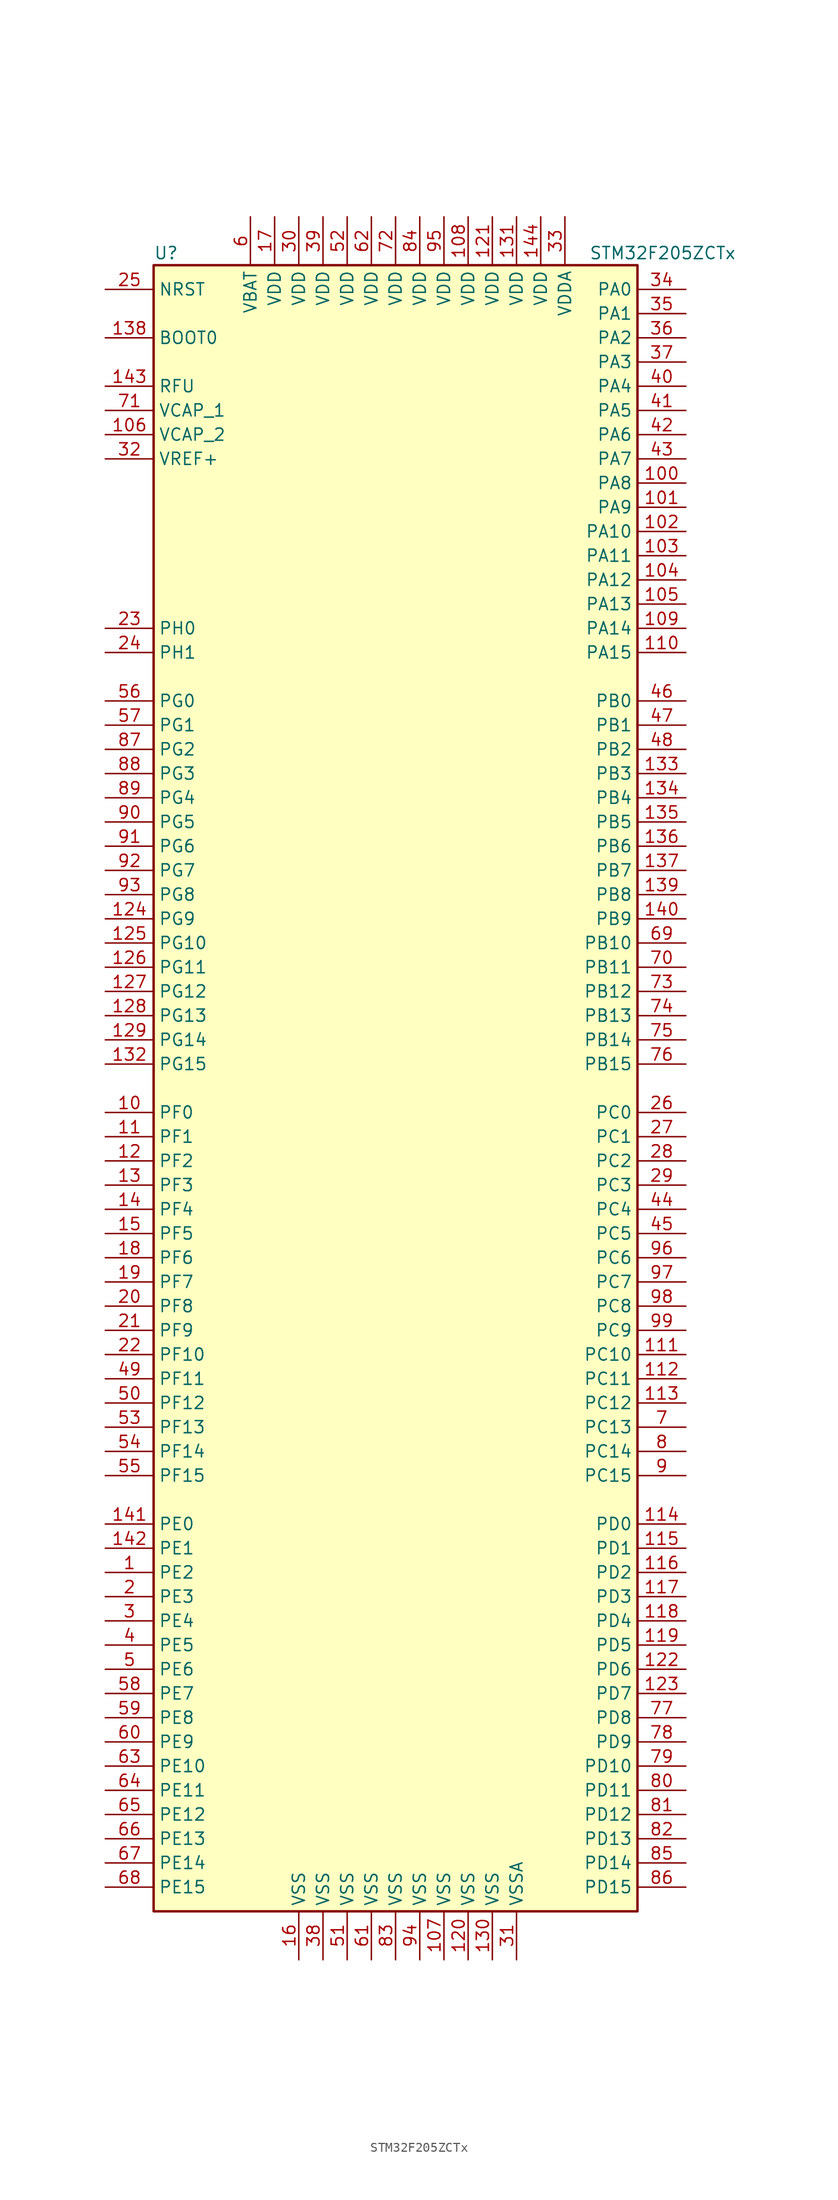
<source format=kicad_sym>
(kicad_symbol_lib
  (version 20201005)
  (generator kicad_symbol_editor)
  (symbol "MCU_ST_STM32F2:STM32F205ZCTx"
    (property "Reference" "U"
      (at -25.4 87.63 0)
      (effects (font (size 1.27 1.27)) (justify left)))
    (property "Value" "STM32F205ZCTx"
      (at 20.32 87.63 0)
      (effects (font (size 1.27 1.27)) (justify left)))
    (symbol "STM32F205ZCTx_0_1"
      (rectangle (start -25.4 -86.36) (end 25.4 86.36) (stroke (width 0.254)) (fill (type background))))
    (symbol "STM32F205ZCTx_1_1"
      (pin input line (at -30.48 78.74 0) (length 5.08) (name "BOOT0" (effects (font (size 1.27 1.27)))) (number "138" (effects (font (size 1.27 1.27)))))
      (pin input line (at -30.48 83.82 0) (length 5.08) (name "NRST" (effects (font (size 1.27 1.27)))) (number "25" (effects (font (size 1.27 1.27)))))
      (pin bidirectional line (at 30.48 83.82 180) (length 5.08) (name "PA0" (effects (font (size 1.27 1.27)))) (number "34" (effects (font (size 1.27 1.27)))))
      (pin bidirectional line (at 30.48 81.28 180) (length 5.08) (name "PA1" (effects (font (size 1.27 1.27)))) (number "35" (effects (font (size 1.27 1.27)))))
      (pin bidirectional line (at 30.48 58.42 180) (length 5.08) (name "PA10" (effects (font (size 1.27 1.27)))) (number "102" (effects (font (size 1.27 1.27)))))
      (pin bidirectional line (at 30.48 55.88 180) (length 5.08) (name "PA11" (effects (font (size 1.27 1.27)))) (number "103" (effects (font (size 1.27 1.27)))))
      (pin bidirectional line (at 30.48 53.34 180) (length 5.08) (name "PA12" (effects (font (size 1.27 1.27)))) (number "104" (effects (font (size 1.27 1.27)))))
      (pin bidirectional line (at 30.48 50.8 180) (length 5.08) (name "PA13" (effects (font (size 1.27 1.27)))) (number "105" (effects (font (size 1.27 1.27)))))
      (pin bidirectional line (at 30.48 48.26 180) (length 5.08) (name "PA14" (effects (font (size 1.27 1.27)))) (number "109" (effects (font (size 1.27 1.27)))))
      (pin bidirectional line (at 30.48 45.72 180) (length 5.08) (name "PA15" (effects (font (size 1.27 1.27)))) (number "110" (effects (font (size 1.27 1.27)))))
      (pin bidirectional line (at 30.48 78.74 180) (length 5.08) (name "PA2" (effects (font (size 1.27 1.27)))) (number "36" (effects (font (size 1.27 1.27)))))
      (pin bidirectional line (at 30.48 76.2 180) (length 5.08) (name "PA3" (effects (font (size 1.27 1.27)))) (number "37" (effects (font (size 1.27 1.27)))))
      (pin bidirectional line (at 30.48 73.66 180) (length 5.08) (name "PA4" (effects (font (size 1.27 1.27)))) (number "40" (effects (font (size 1.27 1.27)))))
      (pin bidirectional line (at 30.48 71.12 180) (length 5.08) (name "PA5" (effects (font (size 1.27 1.27)))) (number "41" (effects (font (size 1.27 1.27)))))
      (pin bidirectional line (at 30.48 68.58 180) (length 5.08) (name "PA6" (effects (font (size 1.27 1.27)))) (number "42" (effects (font (size 1.27 1.27)))))
      (pin bidirectional line (at 30.48 66.04 180) (length 5.08) (name "PA7" (effects (font (size 1.27 1.27)))) (number "43" (effects (font (size 1.27 1.27)))))
      (pin bidirectional line (at 30.48 63.5 180) (length 5.08) (name "PA8" (effects (font (size 1.27 1.27)))) (number "100" (effects (font (size 1.27 1.27)))))
      (pin bidirectional line (at 30.48 60.96 180) (length 5.08) (name "PA9" (effects (font (size 1.27 1.27)))) (number "101" (effects (font (size 1.27 1.27)))))
      (pin bidirectional line (at 30.48 40.64 180) (length 5.08) (name "PB0" (effects (font (size 1.27 1.27)))) (number "46" (effects (font (size 1.27 1.27)))))
      (pin bidirectional line (at 30.48 38.1 180) (length 5.08) (name "PB1" (effects (font (size 1.27 1.27)))) (number "47" (effects (font (size 1.27 1.27)))))
      (pin bidirectional line (at 30.48 15.24 180) (length 5.08) (name "PB10" (effects (font (size 1.27 1.27)))) (number "69" (effects (font (size 1.27 1.27)))))
      (pin bidirectional line (at 30.48 12.7 180) (length 5.08) (name "PB11" (effects (font (size 1.27 1.27)))) (number "70" (effects (font (size 1.27 1.27)))))
      (pin bidirectional line (at 30.48 10.16 180) (length 5.08) (name "PB12" (effects (font (size 1.27 1.27)))) (number "73" (effects (font (size 1.27 1.27)))))
      (pin bidirectional line (at 30.48 7.62 180) (length 5.08) (name "PB13" (effects (font (size 1.27 1.27)))) (number "74" (effects (font (size 1.27 1.27)))))
      (pin bidirectional line (at 30.48 5.08 180) (length 5.08) (name "PB14" (effects (font (size 1.27 1.27)))) (number "75" (effects (font (size 1.27 1.27)))))
      (pin bidirectional line (at 30.48 2.54 180) (length 5.08) (name "PB15" (effects (font (size 1.27 1.27)))) (number "76" (effects (font (size 1.27 1.27)))))
      (pin bidirectional line (at 30.48 35.56 180) (length 5.08) (name "PB2" (effects (font (size 1.27 1.27)))) (number "48" (effects (font (size 1.27 1.27)))))
      (pin bidirectional line (at 30.48 33.02 180) (length 5.08) (name "PB3" (effects (font (size 1.27 1.27)))) (number "133" (effects (font (size 1.27 1.27)))))
      (pin bidirectional line (at 30.48 30.48 180) (length 5.08) (name "PB4" (effects (font (size 1.27 1.27)))) (number "134" (effects (font (size 1.27 1.27)))))
      (pin bidirectional line (at 30.48 27.94 180) (length 5.08) (name "PB5" (effects (font (size 1.27 1.27)))) (number "135" (effects (font (size 1.27 1.27)))))
      (pin bidirectional line (at 30.48 25.4 180) (length 5.08) (name "PB6" (effects (font (size 1.27 1.27)))) (number "136" (effects (font (size 1.27 1.27)))))
      (pin bidirectional line (at 30.48 22.86 180) (length 5.08) (name "PB7" (effects (font (size 1.27 1.27)))) (number "137" (effects (font (size 1.27 1.27)))))
      (pin bidirectional line (at 30.48 20.32 180) (length 5.08) (name "PB8" (effects (font (size 1.27 1.27)))) (number "139" (effects (font (size 1.27 1.27)))))
      (pin bidirectional line (at 30.48 17.78 180) (length 5.08) (name "PB9" (effects (font (size 1.27 1.27)))) (number "140" (effects (font (size 1.27 1.27)))))
      (pin bidirectional line (at 30.48 -2.54 180) (length 5.08) (name "PC0" (effects (font (size 1.27 1.27)))) (number "26" (effects (font (size 1.27 1.27)))))
      (pin bidirectional line (at 30.48 -5.08 180) (length 5.08) (name "PC1" (effects (font (size 1.27 1.27)))) (number "27" (effects (font (size 1.27 1.27)))))
      (pin bidirectional line (at 30.48 -27.94 180) (length 5.08) (name "PC10" (effects (font (size 1.27 1.27)))) (number "111" (effects (font (size 1.27 1.27)))))
      (pin bidirectional line (at 30.48 -30.48 180) (length 5.08) (name "PC11" (effects (font (size 1.27 1.27)))) (number "112" (effects (font (size 1.27 1.27)))))
      (pin bidirectional line (at 30.48 -33.02 180) (length 5.08) (name "PC12" (effects (font (size 1.27 1.27)))) (number "113" (effects (font (size 1.27 1.27)))))
      (pin bidirectional line (at 30.48 -35.56 180) (length 5.08) (name "PC13" (effects (font (size 1.27 1.27)))) (number "7" (effects (font (size 1.27 1.27)))))
      (pin bidirectional line (at 30.48 -38.1 180) (length 5.08) (name "PC14" (effects (font (size 1.27 1.27)))) (number "8" (effects (font (size 1.27 1.27)))))
      (pin bidirectional line (at 30.48 -40.64 180) (length 5.08) (name "PC15" (effects (font (size 1.27 1.27)))) (number "9" (effects (font (size 1.27 1.27)))))
      (pin bidirectional line (at 30.48 -7.62 180) (length 5.08) (name "PC2" (effects (font (size 1.27 1.27)))) (number "28" (effects (font (size 1.27 1.27)))))
      (pin bidirectional line (at 30.48 -10.16 180) (length 5.08) (name "PC3" (effects (font (size 1.27 1.27)))) (number "29" (effects (font (size 1.27 1.27)))))
      (pin bidirectional line (at 30.48 -12.7 180) (length 5.08) (name "PC4" (effects (font (size 1.27 1.27)))) (number "44" (effects (font (size 1.27 1.27)))))
      (pin bidirectional line (at 30.48 -15.24 180) (length 5.08) (name "PC5" (effects (font (size 1.27 1.27)))) (number "45" (effects (font (size 1.27 1.27)))))
      (pin bidirectional line (at 30.48 -17.78 180) (length 5.08) (name "PC6" (effects (font (size 1.27 1.27)))) (number "96" (effects (font (size 1.27 1.27)))))
      (pin bidirectional line (at 30.48 -20.32 180) (length 5.08) (name "PC7" (effects (font (size 1.27 1.27)))) (number "97" (effects (font (size 1.27 1.27)))))
      (pin bidirectional line (at 30.48 -22.86 180) (length 5.08) (name "PC8" (effects (font (size 1.27 1.27)))) (number "98" (effects (font (size 1.27 1.27)))))
      (pin bidirectional line (at 30.48 -25.4 180) (length 5.08) (name "PC9" (effects (font (size 1.27 1.27)))) (number "99" (effects (font (size 1.27 1.27)))))
      (pin bidirectional line (at 30.48 -45.72 180) (length 5.08) (name "PD0" (effects (font (size 1.27 1.27)))) (number "114" (effects (font (size 1.27 1.27)))))
      (pin bidirectional line (at 30.48 -48.26 180) (length 5.08) (name "PD1" (effects (font (size 1.27 1.27)))) (number "115" (effects (font (size 1.27 1.27)))))
      (pin bidirectional line (at 30.48 -71.12 180) (length 5.08) (name "PD10" (effects (font (size 1.27 1.27)))) (number "79" (effects (font (size 1.27 1.27)))))
      (pin bidirectional line (at 30.48 -73.66 180) (length 5.08) (name "PD11" (effects (font (size 1.27 1.27)))) (number "80" (effects (font (size 1.27 1.27)))))
      (pin bidirectional line (at 30.48 -76.2 180) (length 5.08) (name "PD12" (effects (font (size 1.27 1.27)))) (number "81" (effects (font (size 1.27 1.27)))))
      (pin bidirectional line (at 30.48 -78.74 180) (length 5.08) (name "PD13" (effects (font (size 1.27 1.27)))) (number "82" (effects (font (size 1.27 1.27)))))
      (pin bidirectional line (at 30.48 -81.28 180) (length 5.08) (name "PD14" (effects (font (size 1.27 1.27)))) (number "85" (effects (font (size 1.27 1.27)))))
      (pin bidirectional line (at 30.48 -83.82 180) (length 5.08) (name "PD15" (effects (font (size 1.27 1.27)))) (number "86" (effects (font (size 1.27 1.27)))))
      (pin bidirectional line (at 30.48 -50.8 180) (length 5.08) (name "PD2" (effects (font (size 1.27 1.27)))) (number "116" (effects (font (size 1.27 1.27)))))
      (pin bidirectional line (at 30.48 -53.34 180) (length 5.08) (name "PD3" (effects (font (size 1.27 1.27)))) (number "117" (effects (font (size 1.27 1.27)))))
      (pin bidirectional line (at 30.48 -55.88 180) (length 5.08) (name "PD4" (effects (font (size 1.27 1.27)))) (number "118" (effects (font (size 1.27 1.27)))))
      (pin bidirectional line (at 30.48 -58.42 180) (length 5.08) (name "PD5" (effects (font (size 1.27 1.27)))) (number "119" (effects (font (size 1.27 1.27)))))
      (pin bidirectional line (at 30.48 -60.96 180) (length 5.08) (name "PD6" (effects (font (size 1.27 1.27)))) (number "122" (effects (font (size 1.27 1.27)))))
      (pin bidirectional line (at 30.48 -63.5 180) (length 5.08) (name "PD7" (effects (font (size 1.27 1.27)))) (number "123" (effects (font (size 1.27 1.27)))))
      (pin bidirectional line (at 30.48 -66.04 180) (length 5.08) (name "PD8" (effects (font (size 1.27 1.27)))) (number "77" (effects (font (size 1.27 1.27)))))
      (pin bidirectional line (at 30.48 -68.58 180) (length 5.08) (name "PD9" (effects (font (size 1.27 1.27)))) (number "78" (effects (font (size 1.27 1.27)))))
      (pin bidirectional line (at -30.48 -45.72 0) (length 5.08) (name "PE0" (effects (font (size 1.27 1.27)))) (number "141" (effects (font (size 1.27 1.27)))))
      (pin bidirectional line (at -30.48 -48.26 0) (length 5.08) (name "PE1" (effects (font (size 1.27 1.27)))) (number "142" (effects (font (size 1.27 1.27)))))
      (pin bidirectional line (at -30.48 -71.12 0) (length 5.08) (name "PE10" (effects (font (size 1.27 1.27)))) (number "63" (effects (font (size 1.27 1.27)))))
      (pin bidirectional line (at -30.48 -73.66 0) (length 5.08) (name "PE11" (effects (font (size 1.27 1.27)))) (number "64" (effects (font (size 1.27 1.27)))))
      (pin bidirectional line (at -30.48 -76.2 0) (length 5.08) (name "PE12" (effects (font (size 1.27 1.27)))) (number "65" (effects (font (size 1.27 1.27)))))
      (pin bidirectional line (at -30.48 -78.74 0) (length 5.08) (name "PE13" (effects (font (size 1.27 1.27)))) (number "66" (effects (font (size 1.27 1.27)))))
      (pin bidirectional line (at -30.48 -81.28 0) (length 5.08) (name "PE14" (effects (font (size 1.27 1.27)))) (number "67" (effects (font (size 1.27 1.27)))))
      (pin bidirectional line (at -30.48 -83.82 0) (length 5.08) (name "PE15" (effects (font (size 1.27 1.27)))) (number "68" (effects (font (size 1.27 1.27)))))
      (pin bidirectional line (at -30.48 -50.8 0) (length 5.08) (name "PE2" (effects (font (size 1.27 1.27)))) (number "1" (effects (font (size 1.27 1.27)))))
      (pin bidirectional line (at -30.48 -53.34 0) (length 5.08) (name "PE3" (effects (font (size 1.27 1.27)))) (number "2" (effects (font (size 1.27 1.27)))))
      (pin bidirectional line (at -30.48 -55.88 0) (length 5.08) (name "PE4" (effects (font (size 1.27 1.27)))) (number "3" (effects (font (size 1.27 1.27)))))
      (pin bidirectional line (at -30.48 -58.42 0) (length 5.08) (name "PE5" (effects (font (size 1.27 1.27)))) (number "4" (effects (font (size 1.27 1.27)))))
      (pin bidirectional line (at -30.48 -60.96 0) (length 5.08) (name "PE6" (effects (font (size 1.27 1.27)))) (number "5" (effects (font (size 1.27 1.27)))))
      (pin bidirectional line (at -30.48 -63.5 0) (length 5.08) (name "PE7" (effects (font (size 1.27 1.27)))) (number "58" (effects (font (size 1.27 1.27)))))
      (pin bidirectional line (at -30.48 -66.04 0) (length 5.08) (name "PE8" (effects (font (size 1.27 1.27)))) (number "59" (effects (font (size 1.27 1.27)))))
      (pin bidirectional line (at -30.48 -68.58 0) (length 5.08) (name "PE9" (effects (font (size 1.27 1.27)))) (number "60" (effects (font (size 1.27 1.27)))))
      (pin bidirectional line (at -30.48 -2.54 0) (length 5.08) (name "PF0" (effects (font (size 1.27 1.27)))) (number "10" (effects (font (size 1.27 1.27)))))
      (pin bidirectional line (at -30.48 -5.08 0) (length 5.08) (name "PF1" (effects (font (size 1.27 1.27)))) (number "11" (effects (font (size 1.27 1.27)))))
      (pin bidirectional line (at -30.48 -27.94 0) (length 5.08) (name "PF10" (effects (font (size 1.27 1.27)))) (number "22" (effects (font (size 1.27 1.27)))))
      (pin bidirectional line (at -30.48 -30.48 0) (length 5.08) (name "PF11" (effects (font (size 1.27 1.27)))) (number "49" (effects (font (size 1.27 1.27)))))
      (pin bidirectional line (at -30.48 -33.02 0) (length 5.08) (name "PF12" (effects (font (size 1.27 1.27)))) (number "50" (effects (font (size 1.27 1.27)))))
      (pin bidirectional line (at -30.48 -35.56 0) (length 5.08) (name "PF13" (effects (font (size 1.27 1.27)))) (number "53" (effects (font (size 1.27 1.27)))))
      (pin bidirectional line (at -30.48 -38.1 0) (length 5.08) (name "PF14" (effects (font (size 1.27 1.27)))) (number "54" (effects (font (size 1.27 1.27)))))
      (pin bidirectional line (at -30.48 -40.64 0) (length 5.08) (name "PF15" (effects (font (size 1.27 1.27)))) (number "55" (effects (font (size 1.27 1.27)))))
      (pin bidirectional line (at -30.48 -7.62 0) (length 5.08) (name "PF2" (effects (font (size 1.27 1.27)))) (number "12" (effects (font (size 1.27 1.27)))))
      (pin bidirectional line (at -30.48 -10.16 0) (length 5.08) (name "PF3" (effects (font (size 1.27 1.27)))) (number "13" (effects (font (size 1.27 1.27)))))
      (pin bidirectional line (at -30.48 -12.7 0) (length 5.08) (name "PF4" (effects (font (size 1.27 1.27)))) (number "14" (effects (font (size 1.27 1.27)))))
      (pin bidirectional line (at -30.48 -15.24 0) (length 5.08) (name "PF5" (effects (font (size 1.27 1.27)))) (number "15" (effects (font (size 1.27 1.27)))))
      (pin bidirectional line (at -30.48 -17.78 0) (length 5.08) (name "PF6" (effects (font (size 1.27 1.27)))) (number "18" (effects (font (size 1.27 1.27)))))
      (pin bidirectional line (at -30.48 -20.32 0) (length 5.08) (name "PF7" (effects (font (size 1.27 1.27)))) (number "19" (effects (font (size 1.27 1.27)))))
      (pin bidirectional line (at -30.48 -22.86 0) (length 5.08) (name "PF8" (effects (font (size 1.27 1.27)))) (number "20" (effects (font (size 1.27 1.27)))))
      (pin bidirectional line (at -30.48 -25.4 0) (length 5.08) (name "PF9" (effects (font (size 1.27 1.27)))) (number "21" (effects (font (size 1.27 1.27)))))
      (pin bidirectional line (at -30.48 40.64 0) (length 5.08) (name "PG0" (effects (font (size 1.27 1.27)))) (number "56" (effects (font (size 1.27 1.27)))))
      (pin bidirectional line (at -30.48 38.1 0) (length 5.08) (name "PG1" (effects (font (size 1.27 1.27)))) (number "57" (effects (font (size 1.27 1.27)))))
      (pin bidirectional line (at -30.48 15.24 0) (length 5.08) (name "PG10" (effects (font (size 1.27 1.27)))) (number "125" (effects (font (size 1.27 1.27)))))
      (pin bidirectional line (at -30.48 12.7 0) (length 5.08) (name "PG11" (effects (font (size 1.27 1.27)))) (number "126" (effects (font (size 1.27 1.27)))))
      (pin bidirectional line (at -30.48 10.16 0) (length 5.08) (name "PG12" (effects (font (size 1.27 1.27)))) (number "127" (effects (font (size 1.27 1.27)))))
      (pin bidirectional line (at -30.48 7.62 0) (length 5.08) (name "PG13" (effects (font (size 1.27 1.27)))) (number "128" (effects (font (size 1.27 1.27)))))
      (pin bidirectional line (at -30.48 5.08 0) (length 5.08) (name "PG14" (effects (font (size 1.27 1.27)))) (number "129" (effects (font (size 1.27 1.27)))))
      (pin bidirectional line (at -30.48 2.54 0) (length 5.08) (name "PG15" (effects (font (size 1.27 1.27)))) (number "132" (effects (font (size 1.27 1.27)))))
      (pin bidirectional line (at -30.48 35.56 0) (length 5.08) (name "PG2" (effects (font (size 1.27 1.27)))) (number "87" (effects (font (size 1.27 1.27)))))
      (pin bidirectional line (at -30.48 33.02 0) (length 5.08) (name "PG3" (effects (font (size 1.27 1.27)))) (number "88" (effects (font (size 1.27 1.27)))))
      (pin bidirectional line (at -30.48 30.48 0) (length 5.08) (name "PG4" (effects (font (size 1.27 1.27)))) (number "89" (effects (font (size 1.27 1.27)))))
      (pin bidirectional line (at -30.48 27.94 0) (length 5.08) (name "PG5" (effects (font (size 1.27 1.27)))) (number "90" (effects (font (size 1.27 1.27)))))
      (pin bidirectional line (at -30.48 25.4 0) (length 5.08) (name "PG6" (effects (font (size 1.27 1.27)))) (number "91" (effects (font (size 1.27 1.27)))))
      (pin bidirectional line (at -30.48 22.86 0) (length 5.08) (name "PG7" (effects (font (size 1.27 1.27)))) (number "92" (effects (font (size 1.27 1.27)))))
      (pin bidirectional line (at -30.48 20.32 0) (length 5.08) (name "PG8" (effects (font (size 1.27 1.27)))) (number "93" (effects (font (size 1.27 1.27)))))
      (pin bidirectional line (at -30.48 17.78 0) (length 5.08) (name "PG9" (effects (font (size 1.27 1.27)))) (number "124" (effects (font (size 1.27 1.27)))))
      (pin input line (at -30.48 48.26 0) (length 5.08) (name "PH0" (effects (font (size 1.27 1.27)))) (number "23" (effects (font (size 1.27 1.27)))))
      (pin input line (at -30.48 45.72 0) (length 5.08) (name "PH1" (effects (font (size 1.27 1.27)))) (number "24" (effects (font (size 1.27 1.27)))))
      (pin power_in line (at -30.48 73.66 0) (length 5.08) (name "RFU" (effects (font (size 1.27 1.27)))) (number "143" (effects (font (size 1.27 1.27)))))
      (pin power_in line (at -15.24 91.44 270) (length 5.08) (name "VBAT" (effects (font (size 1.27 1.27)))) (number "6" (effects (font (size 1.27 1.27)))))
      (pin power_in line (at -30.48 71.12 0) (length 5.08) (name "VCAP_1" (effects (font (size 1.27 1.27)))) (number "71" (effects (font (size 1.27 1.27)))))
      (pin power_in line (at -30.48 68.58 0) (length 5.08) (name "VCAP_2" (effects (font (size 1.27 1.27)))) (number "106" (effects (font (size 1.27 1.27)))))
      (pin power_in line (at 7.62 91.44 270) (length 5.08) (name "VDD" (effects (font (size 1.27 1.27)))) (number "108" (effects (font (size 1.27 1.27)))))
      (pin power_in line (at 10.16 91.44 270) (length 5.08) (name "VDD" (effects (font (size 1.27 1.27)))) (number "121" (effects (font (size 1.27 1.27)))))
      (pin power_in line (at 12.7 91.44 270) (length 5.08) (name "VDD" (effects (font (size 1.27 1.27)))) (number "131" (effects (font (size 1.27 1.27)))))
      (pin power_in line (at 15.24 91.44 270) (length 5.08) (name "VDD" (effects (font (size 1.27 1.27)))) (number "144" (effects (font (size 1.27 1.27)))))
      (pin power_in line (at -12.7 91.44 270) (length 5.08) (name "VDD" (effects (font (size 1.27 1.27)))) (number "17" (effects (font (size 1.27 1.27)))))
      (pin power_in line (at -10.16 91.44 270) (length 5.08) (name "VDD" (effects (font (size 1.27 1.27)))) (number "30" (effects (font (size 1.27 1.27)))))
      (pin power_in line (at -7.62 91.44 270) (length 5.08) (name "VDD" (effects (font (size 1.27 1.27)))) (number "39" (effects (font (size 1.27 1.27)))))
      (pin power_in line (at -5.08 91.44 270) (length 5.08) (name "VDD" (effects (font (size 1.27 1.27)))) (number "52" (effects (font (size 1.27 1.27)))))
      (pin power_in line (at -2.54 91.44 270) (length 5.08) (name "VDD" (effects (font (size 1.27 1.27)))) (number "62" (effects (font (size 1.27 1.27)))))
      (pin power_in line (at 0 91.44 270) (length 5.08) (name "VDD" (effects (font (size 1.27 1.27)))) (number "72" (effects (font (size 1.27 1.27)))))
      (pin power_in line (at 2.54 91.44 270) (length 5.08) (name "VDD" (effects (font (size 1.27 1.27)))) (number "84" (effects (font (size 1.27 1.27)))))
      (pin power_in line (at 5.08 91.44 270) (length 5.08) (name "VDD" (effects (font (size 1.27 1.27)))) (number "95" (effects (font (size 1.27 1.27)))))
      (pin power_in line (at 17.78 91.44 270) (length 5.08) (name "VDDA" (effects (font (size 1.27 1.27)))) (number "33" (effects (font (size 1.27 1.27)))))
      (pin power_in line (at -30.48 66.04 0) (length 5.08) (name "VREF+" (effects (font (size 1.27 1.27)))) (number "32" (effects (font (size 1.27 1.27)))))
      (pin power_in line (at 5.08 -91.44 90) (length 5.08) (name "VSS" (effects (font (size 1.27 1.27)))) (number "107" (effects (font (size 1.27 1.27)))))
      (pin power_in line (at 7.62 -91.44 90) (length 5.08) (name "VSS" (effects (font (size 1.27 1.27)))) (number "120" (effects (font (size 1.27 1.27)))))
      (pin power_in line (at 10.16 -91.44 90) (length 5.08) (name "VSS" (effects (font (size 1.27 1.27)))) (number "130" (effects (font (size 1.27 1.27)))))
      (pin power_in line (at -10.16 -91.44 90) (length 5.08) (name "VSS" (effects (font (size 1.27 1.27)))) (number "16" (effects (font (size 1.27 1.27)))))
      (pin power_in line (at -7.62 -91.44 90) (length 5.08) (name "VSS" (effects (font (size 1.27 1.27)))) (number "38" (effects (font (size 1.27 1.27)))))
      (pin power_in line (at -5.08 -91.44 90) (length 5.08) (name "VSS" (effects (font (size 1.27 1.27)))) (number "51" (effects (font (size 1.27 1.27)))))
      (pin power_in line (at -2.54 -91.44 90) (length 5.08) (name "VSS" (effects (font (size 1.27 1.27)))) (number "61" (effects (font (size 1.27 1.27)))))
      (pin power_in line (at 0 -91.44 90) (length 5.08) (name "VSS" (effects (font (size 1.27 1.27)))) (number "83" (effects (font (size 1.27 1.27)))))
      (pin power_in line (at 2.54 -91.44 90) (length 5.08) (name "VSS" (effects (font (size 1.27 1.27)))) (number "94" (effects (font (size 1.27 1.27)))))
      (pin power_in line (at 12.7 -91.44 90) (length 5.08) (name "VSSA" (effects (font (size 1.27 1.27)))) (number "31" (effects (font (size 1.27 1.27))))))))
</source>
